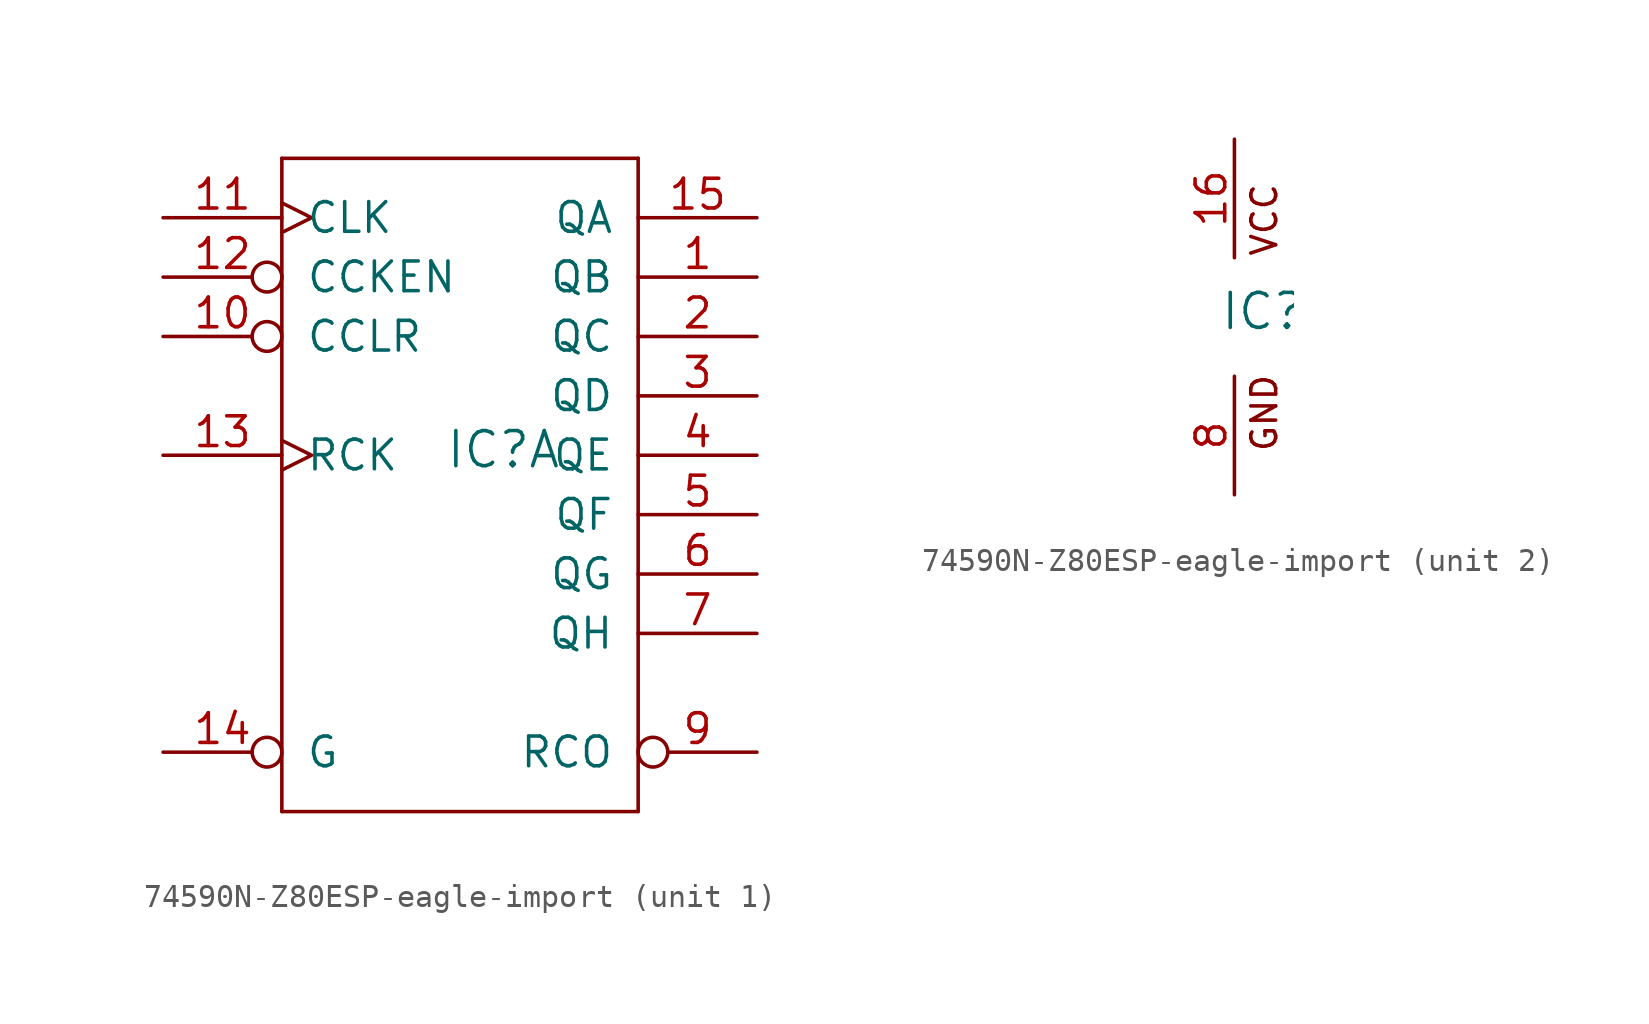
<source format=kicad_sym>
(kicad_symbol_lib
  (version 20220914)
  (generator kicad_symbol_editor)
  (symbol "74590N-Z80ESP-eagle-import"
    (pin_names
      (offset 1.016))
    (property "Reference" "IC"
      (at -0.635 -0.635 0)
      (effects (font (size 1.499 1.499)) (justify left bottom)))
    (property "ki_locked" ""
      (at 0 0 0)
      (effects (font (size 1.27 1.27))))
    (symbol "74590N-Z80ESP-eagle-import_1_0"
      (polyline (pts (xy -7.62 -15.24) (xy 7.62 -15.24)) (stroke (width 0) (type solid)) (fill (type none)))
      (polyline (pts (xy -7.62 12.7) (xy -7.62 -15.24)) (stroke (width 0) (type solid)) (fill (type none)))
      (polyline (pts (xy 7.62 -15.24) (xy 7.62 12.7)) (stroke (width 0) (type solid)) (fill (type none)))
      (polyline (pts (xy 7.62 12.7) (xy -7.62 12.7)) (stroke (width 0) (type solid)) (fill (type none)))
      (pin tri_state line (at 12.7 7.62 180) (length 5.08) (name "QB" (effects (font (size 1.27 1.27)))) (number "1" (effects (font (size 1.27 1.27)))))
      (pin input inverted (at -12.7 5.08 0) (length 5.08) (name "CCLR" (effects (font (size 1.27 1.27)))) (number "10" (effects (font (size 1.27 1.27)))))
      (pin input clock (at -12.7 10.16 0) (length 5.08) (name "CLK" (effects (font (size 1.27 1.27)))) (number "11" (effects (font (size 1.27 1.27)))))
      (pin input inverted (at -12.7 7.62 0) (length 5.08) (name "CCKEN" (effects (font (size 1.27 1.27)))) (number "12" (effects (font (size 1.27 1.27)))))
      (pin input clock (at -12.7 0 0) (length 5.08) (name "RCK" (effects (font (size 1.27 1.27)))) (number "13" (effects (font (size 1.27 1.27)))))
      (pin input inverted (at -12.7 -12.7 0) (length 5.08) (name "G" (effects (font (size 1.27 1.27)))) (number "14" (effects (font (size 1.27 1.27)))))
      (pin tri_state line (at 12.7 10.16 180) (length 5.08) (name "QA" (effects (font (size 1.27 1.27)))) (number "15" (effects (font (size 1.27 1.27)))))
      (pin tri_state line (at 12.7 5.08 180) (length 5.08) (name "QC" (effects (font (size 1.27 1.27)))) (number "2" (effects (font (size 1.27 1.27)))))
      (pin tri_state line (at 12.7 2.54 180) (length 5.08) (name "QD" (effects (font (size 1.27 1.27)))) (number "3" (effects (font (size 1.27 1.27)))))
      (pin tri_state line (at 12.7 0 180) (length 5.08) (name "QE" (effects (font (size 1.27 1.27)))) (number "4" (effects (font (size 1.27 1.27)))))
      (pin tri_state line (at 12.7 -2.54 180) (length 5.08) (name "QF" (effects (font (size 1.27 1.27)))) (number "5" (effects (font (size 1.27 1.27)))))
      (pin tri_state line (at 12.7 -5.08 180) (length 5.08) (name "QG" (effects (font (size 1.27 1.27)))) (number "6" (effects (font (size 1.27 1.27)))))
      (pin tri_state line (at 12.7 -7.62 180) (length 5.08) (name "QH" (effects (font (size 1.27 1.27)))) (number "7" (effects (font (size 1.27 1.27)))))
      (pin output inverted (at 12.7 -12.7 180) (length 5.08) (name "RCO" (effects (font (size 1.27 1.27)))) (number "9" (effects (font (size 1.27 1.27))))))
    (symbol "74590N-Z80ESP-eagle-import_2_0"
      (text "GND" (at 1.905 -5.842 900) (effects (font (size 1.067 1.067)) (justify left bottom)))
      (text "VCC" (at 1.905 2.54 900) (effects (font (size 1.067 1.067)) (justify left bottom)))
      (pin power_in line (at 0 7.62 270) (length 5.08) (name "VCC" (effects (font (size 0 0)))) (number "16" (effects (font (size 1.27 1.27)))))
      (pin power_in line (at 0 -7.62 90) (length 5.08) (name "GND" (effects (font (size 0 0)))) (number "8" (effects (font (size 1.27 1.27))))))))
</source>
